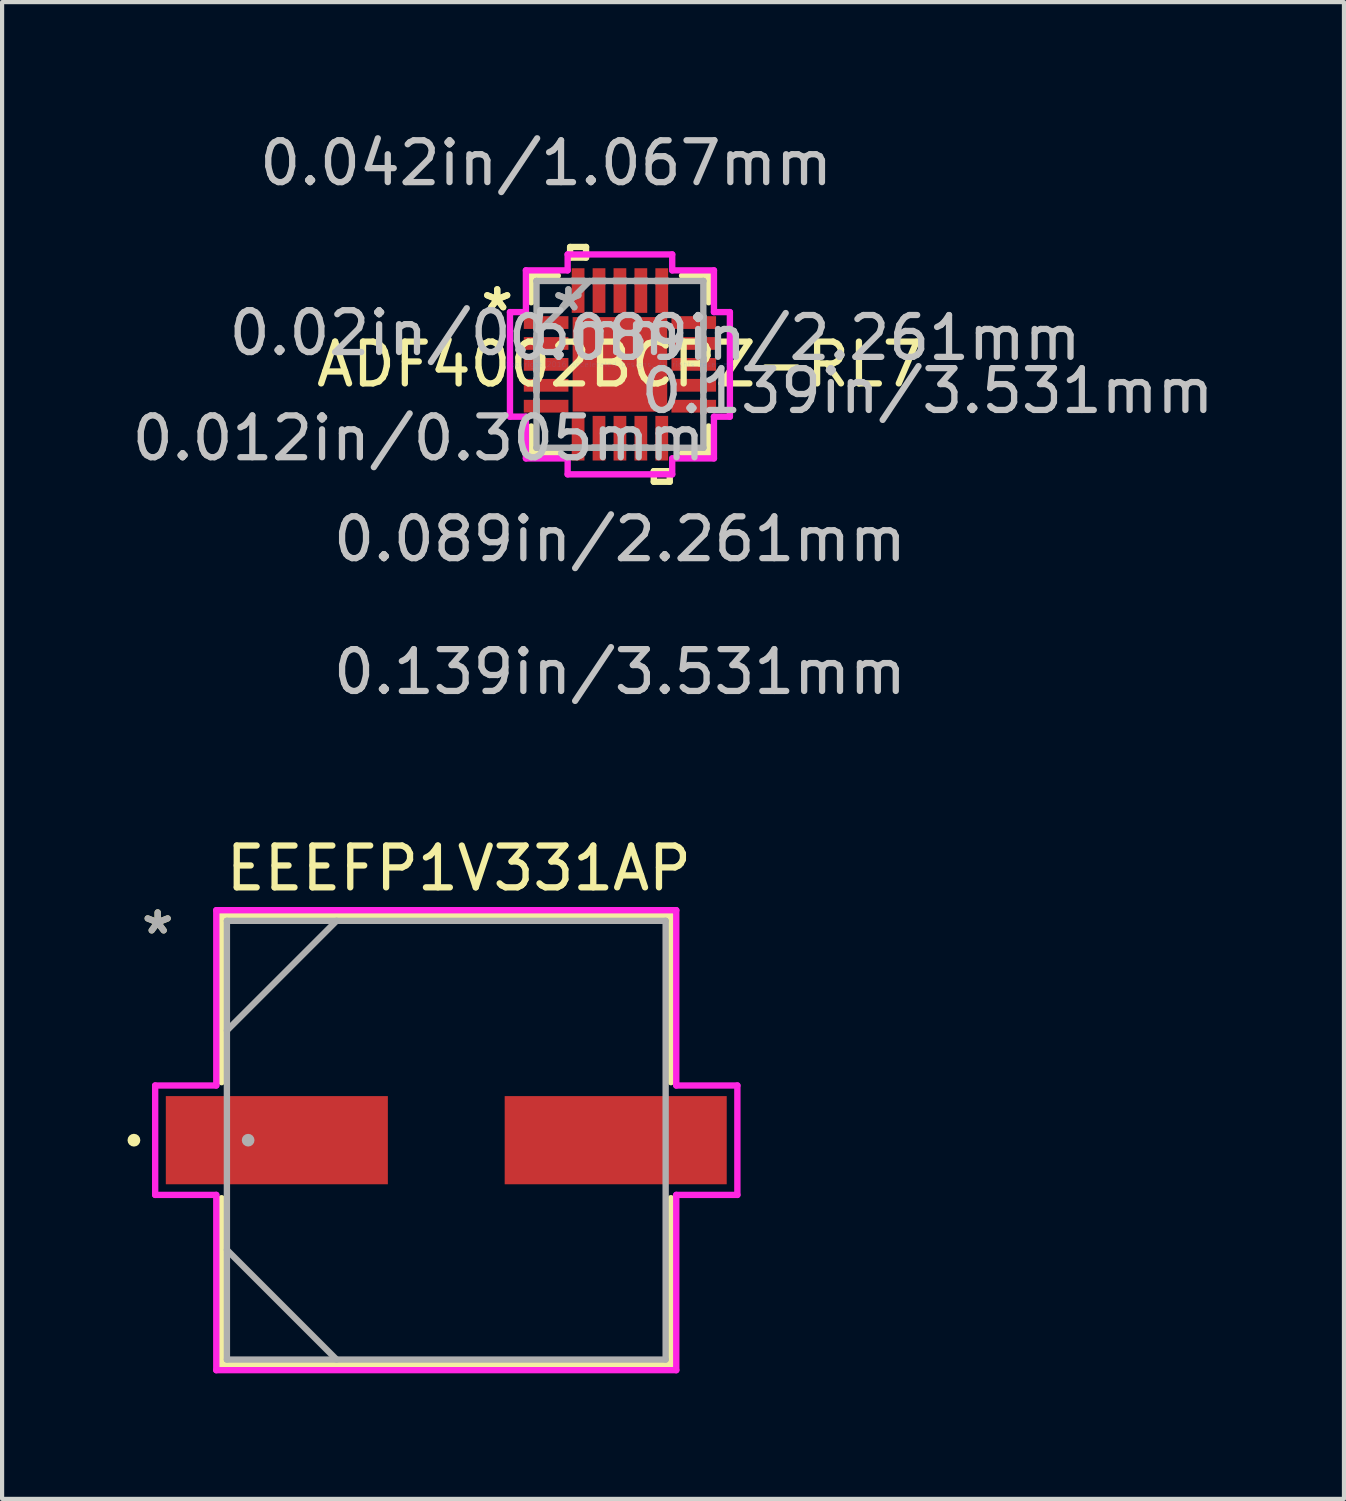
<source format=kicad_pcb>
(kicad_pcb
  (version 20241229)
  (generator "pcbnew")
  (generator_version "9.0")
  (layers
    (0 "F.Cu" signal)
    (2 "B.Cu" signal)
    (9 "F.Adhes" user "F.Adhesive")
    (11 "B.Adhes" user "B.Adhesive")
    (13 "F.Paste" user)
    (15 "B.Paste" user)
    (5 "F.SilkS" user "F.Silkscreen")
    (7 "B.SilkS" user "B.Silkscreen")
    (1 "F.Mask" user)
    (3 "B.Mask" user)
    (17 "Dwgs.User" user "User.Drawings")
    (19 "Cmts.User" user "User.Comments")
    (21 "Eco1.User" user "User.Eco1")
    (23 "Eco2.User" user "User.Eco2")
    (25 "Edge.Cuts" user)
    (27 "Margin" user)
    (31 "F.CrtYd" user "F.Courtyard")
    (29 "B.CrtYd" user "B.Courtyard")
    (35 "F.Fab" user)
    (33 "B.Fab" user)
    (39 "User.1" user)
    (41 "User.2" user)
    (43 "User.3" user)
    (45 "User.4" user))
  (footprint "EEEFP1V331AP"
    (layer "F.Cu")
    (at 7.62 24.211)
    (property "Reference" "EEEFP1V331AP" (at 0.3 -6.5 0) (layer "F.SilkS") (effects (font (size 1 1) (thickness 0.15))))
    (attr through_hole)
    (fp_line (start -5.372 -5.372) (end -5.372 -1.387) (stroke (width 0.152) (type solid)) (layer "F.SilkS"))
    (fp_line (start -5.372 1.387) (end -5.372 5.372) (stroke (width 0.152) (type solid)) (layer "F.SilkS"))
    (fp_line (start -5.372 5.372) (end 5.372 5.372) (stroke (width 0.152) (type solid)) (layer "F.SilkS"))
    (fp_line (start 5.372 -5.372) (end -5.372 -5.372) (stroke (width 0.152) (type solid)) (layer "F.SilkS"))
    (fp_line (start 5.372 -1.387) (end 5.372 -5.372) (stroke (width 0.152) (type solid)) (layer "F.SilkS"))
    (fp_line (start 5.372 5.372) (end 5.372 1.387) (stroke (width 0.152) (type solid)) (layer "F.SilkS"))
    (fp_circle (center -7.468 0) (end -7.391 0) (stroke (width 0.152) (type solid)) (fill no) (layer "F.SilkS"))
    (fp_line (start -6.96 -1.308) (end -5.499 -1.308) (stroke (width 0.152) (type solid)) (layer "F.CrtYd"))
    (fp_line (start -6.96 1.308) (end -6.96 -1.308) (stroke (width 0.152) (type solid)) (layer "F.CrtYd"))
    (fp_line (start -5.499 -5.499) (end 5.499 -5.499) (stroke (width 0.152) (type solid)) (layer "F.CrtYd"))
    (fp_line (start -5.499 -1.308) (end -5.499 -5.499) (stroke (width 0.152) (type solid)) (layer "F.CrtYd"))
    (fp_line (start -5.499 1.308) (end -6.96 1.308) (stroke (width 0.152) (type solid)) (layer "F.CrtYd"))
    (fp_line (start -5.499 5.499) (end -5.499 1.308) (stroke (width 0.152) (type solid)) (layer "F.CrtYd"))
    (fp_line (start 5.499 -5.499) (end 5.499 -1.308) (stroke (width 0.152) (type solid)) (layer "F.CrtYd"))
    (fp_line (start 5.499 -1.308) (end 6.96 -1.308) (stroke (width 0.152) (type solid)) (layer "F.CrtYd"))
    (fp_line (start 5.499 1.308) (end 5.499 5.499) (stroke (width 0.152) (type solid)) (layer "F.CrtYd"))
    (fp_line (start 5.499 5.499) (end -5.499 5.499) (stroke (width 0.152) (type solid)) (layer "F.CrtYd"))
    (fp_line (start 6.96 -1.308) (end 6.96 1.308) (stroke (width 0.152) (type solid)) (layer "F.CrtYd"))
    (fp_line (start 6.96 1.308) (end 5.499 1.308) (stroke (width 0.152) (type solid)) (layer "F.CrtYd"))
    (fp_line (start -5.245 -5.245) (end -5.245 5.245) (stroke (width 0.152) (type solid)) (layer "F.Fab"))
    (fp_line (start -5.245 -2.623) (end -2.623 -5.245) (stroke (width 0.152) (type solid)) (layer "F.Fab"))
    (fp_line (start -5.245 2.623) (end -2.623 5.245) (stroke (width 0.152) (type solid)) (layer "F.Fab"))
    (fp_line (start -5.245 5.245) (end 5.245 5.245) (stroke (width 0.152) (type solid)) (layer "F.Fab"))
    (fp_line (start 5.245 -5.245) (end -5.245 -5.245) (stroke (width 0.152) (type solid)) (layer "F.Fab"))
    (fp_line (start 5.245 5.245) (end 5.245 -5.245) (stroke (width 0.152) (type solid)) (layer "F.Fab"))
    (fp_circle (center -4.737 0) (end -4.661 0) (stroke (width 0.152) (type solid)) (fill no) (layer "F.Fab"))
    (fp_text user "*" (at -6.9 -4.9 0) (layer "F.SilkS") (effects (font (size 1 1) (thickness 0.15))))
    (fp_text user "*" (at -6.9 -4.9 0) (layer "F.Fab") (effects (font (size 1 1) (thickness 0.15))))
    (pad "1" smd rect (at -4.051 0) (size 5.309 2.108) (layers "F.Cu" "F.Mask" "F.Paste"))
    (pad "2" smd rect (at 4.051 0) (size 5.309 2.108) (layers "F.Cu" "F.Mask" "F.Paste")))
  (footprint "ADF4002BCPZ-RL7"
    (layer "F.Cu")
    (at 11.772 5.662)
    (property "Reference" "ADF4002BCPZ-RL7" (at 0 0 0) (layer "F.SilkS") (effects (font (size 1 1) (thickness 0.15))))
    (attr through_hole)
    (fp_line (start -2.121 -2.121) (end -2.121 -1.485) (stroke (width 0.152) (type solid)) (layer "F.SilkS"))
    (fp_line (start -2.121 1.485) (end -2.121 2.121) (stroke (width 0.152) (type solid)) (layer "F.SilkS"))
    (fp_line (start -2.121 2.121) (end -1.485 2.121) (stroke (width 0.152) (type solid)) (layer "F.SilkS"))
    (fp_line (start -1.485 -2.121) (end -2.121 -2.121) (stroke (width 0.152) (type solid)) (layer "F.SilkS"))
    (fp_line (start -1.191 -2.807) (end -0.81 -2.807) (stroke (width 0.152) (type solid)) (layer "F.SilkS"))
    (fp_line (start -1.191 -2.553) (end -1.191 -2.807) (stroke (width 0.152) (type solid)) (layer "F.SilkS"))
    (fp_line (start -0.81 -2.807) (end -0.81 -2.553) (stroke (width 0.152) (type solid)) (layer "F.SilkS"))
    (fp_line (start -0.81 -2.553) (end -1.191 -2.553) (stroke (width 0.152) (type solid)) (layer "F.SilkS"))
    (fp_line (start 0.81 2.553) (end 0.81 2.807) (stroke (width 0.152) (type solid)) (layer "F.SilkS"))
    (fp_line (start 0.81 2.807) (end 1.191 2.807) (stroke (width 0.152) (type solid)) (layer "F.SilkS"))
    (fp_line (start 1.191 2.553) (end 0.81 2.553) (stroke (width 0.152) (type solid)) (layer "F.SilkS"))
    (fp_line (start 1.191 2.807) (end 1.191 2.553) (stroke (width 0.152) (type solid)) (layer "F.SilkS"))
    (fp_line (start 1.485 2.121) (end 2.121 2.121) (stroke (width 0.152) (type solid)) (layer "F.SilkS"))
    (fp_line (start 2.121 -2.121) (end 1.485 -2.121) (stroke (width 0.152) (type solid)) (layer "F.SilkS"))
    (fp_line (start 2.121 -1.485) (end 2.121 -2.121) (stroke (width 0.152) (type solid)) (layer "F.SilkS"))
    (fp_line (start 2.121 2.121) (end 2.121 1.485) (stroke (width 0.152) (type solid)) (layer "F.SilkS"))
    (fp_line (start -1.13 -1.13) (end -1.13 1.13) (stroke (width 0.152) (type solid)) (layer "F.Paste"))
    (fp_line (start -1.13 1.13) (end 1.13 1.13) (stroke (width 0.152) (type solid)) (layer "F.Paste"))
    (fp_line (start 1.13 -1.13) (end -1.13 -1.13) (stroke (width 0.152) (type solid)) (layer "F.Paste"))
    (fp_line (start 1.13 1.13) (end 1.13 -1.13) (stroke (width 0.152) (type solid)) (layer "F.Paste"))
    (fp_line (start -2.629 -1.25) (end -2.248 -1.25) (stroke (width 0.152) (type solid)) (layer "F.CrtYd"))
    (fp_line (start -2.629 1.25) (end -2.629 -1.25) (stroke (width 0.152) (type solid)) (layer "F.CrtYd"))
    (fp_line (start -2.248 -2.248) (end -1.25 -2.248) (stroke (width 0.152) (type solid)) (layer "F.CrtYd"))
    (fp_line (start -2.248 -1.25) (end -2.248 -2.248) (stroke (width 0.152) (type solid)) (layer "F.CrtYd"))
    (fp_line (start -2.248 1.25) (end -2.629 1.25) (stroke (width 0.152) (type solid)) (layer "F.CrtYd"))
    (fp_line (start -2.248 2.248) (end -2.248 1.25) (stroke (width 0.152) (type solid)) (layer "F.CrtYd"))
    (fp_line (start -1.25 -2.629) (end 1.25 -2.629) (stroke (width 0.152) (type solid)) (layer "F.CrtYd"))
    (fp_line (start -1.25 -2.248) (end -1.25 -2.629) (stroke (width 0.152) (type solid)) (layer "F.CrtYd"))
    (fp_line (start -1.25 2.248) (end -2.248 2.248) (stroke (width 0.152) (type solid)) (layer "F.CrtYd"))
    (fp_line (start -1.25 2.629) (end -1.25 2.248) (stroke (width 0.152) (type solid)) (layer "F.CrtYd"))
    (fp_line (start 1.25 -2.629) (end 1.25 -2.248) (stroke (width 0.152) (type solid)) (layer "F.CrtYd"))
    (fp_line (start 1.25 -2.248) (end 2.248 -2.248) (stroke (width 0.152) (type solid)) (layer "F.CrtYd"))
    (fp_line (start 1.25 2.248) (end 1.25 2.629) (stroke (width 0.152) (type solid)) (layer "F.CrtYd"))
    (fp_line (start 1.25 2.629) (end -1.25 2.629) (stroke (width 0.152) (type solid)) (layer "F.CrtYd"))
    (fp_line (start 2.248 -2.248) (end 2.248 -1.25) (stroke (width 0.152) (type solid)) (layer "F.CrtYd"))
    (fp_line (start 2.248 -1.25) (end 2.629 -1.25) (stroke (width 0.152) (type solid)) (layer "F.CrtYd"))
    (fp_line (start 2.248 1.25) (end 2.248 2.248) (stroke (width 0.152) (type solid)) (layer "F.CrtYd"))
    (fp_line (start 2.248 2.248) (end 1.25 2.248) (stroke (width 0.152) (type solid)) (layer "F.CrtYd"))
    (fp_line (start 2.629 -1.25) (end 2.629 1.25) (stroke (width 0.152) (type solid)) (layer "F.CrtYd"))
    (fp_line (start 2.629 1.25) (end 2.248 1.25) (stroke (width 0.152) (type solid)) (layer "F.CrtYd"))
    (fp_line (start -1.994 -1.994) (end -1.994 -1.994) (stroke (width 0.152) (type solid)) (layer "F.Fab"))
    (fp_line (start -1.994 -1.994) (end -1.994 1.994) (stroke (width 0.152) (type solid)) (layer "F.Fab"))
    (fp_line (start -1.994 -1.152) (end -1.994 -1.152) (stroke (width 0.152) (type solid)) (layer "F.Fab"))
    (fp_line (start -1.994 -1.152) (end -1.994 -0.848) (stroke (width 0.152) (type solid)) (layer "F.Fab"))
    (fp_line (start -1.994 -0.848) (end -1.994 -1.152) (stroke (width 0.152) (type solid)) (layer "F.Fab"))
    (fp_line (start -1.994 -0.848) (end -1.994 -0.848) (stroke (width 0.152) (type solid)) (layer "F.Fab"))
    (fp_line (start -1.994 -0.724) (end -0.724 -1.994) (stroke (width 0.152) (type solid)) (layer "F.Fab"))
    (fp_line (start -1.994 -0.652) (end -1.994 -0.652) (stroke (width 0.152) (type solid)) (layer "F.Fab"))
    (fp_line (start -1.994 -0.652) (end -1.994 -0.348) (stroke (width 0.152) (type solid)) (layer "F.Fab"))
    (fp_line (start -1.994 -0.348) (end -1.994 -0.652) (stroke (width 0.152) (type solid)) (layer "F.Fab"))
    (fp_line (start -1.994 -0.348) (end -1.994 -0.348) (stroke (width 0.152) (type solid)) (layer "F.Fab"))
    (fp_line (start -1.994 -0.152) (end -1.994 -0.152) (stroke (width 0.152) (type solid)) (layer "F.Fab"))
    (fp_line (start -1.994 -0.152) (end -1.994 0.152) (stroke (width 0.152) (type solid)) (layer "F.Fab"))
    (fp_line (start -1.994 0.152) (end -1.994 -0.152) (stroke (width 0.152) (type solid)) (layer "F.Fab"))
    (fp_line (start -1.994 0.152) (end -1.994 0.152) (stroke (width 0.152) (type solid)) (layer "F.Fab"))
    (fp_line (start -1.994 0.348) (end -1.994 0.348) (stroke (width 0.152) (type solid)) (layer "F.Fab"))
    (fp_line (start -1.994 0.348) (end -1.994 0.652) (stroke (width 0.152) (type solid)) (layer "F.Fab"))
    (fp_line (start -1.994 0.652) (end -1.994 0.348) (stroke (width 0.152) (type solid)) (layer "F.Fab"))
    (fp_line (start -1.994 0.652) (end -1.994 0.652) (stroke (width 0.152) (type solid)) (layer "F.Fab"))
    (fp_line (start -1.994 0.848) (end -1.994 0.848) (stroke (width 0.152) (type solid)) (layer "F.Fab"))
    (fp_line (start -1.994 0.848) (end -1.994 1.152) (stroke (width 0.152) (type solid)) (layer "F.Fab"))
    (fp_line (start -1.994 1.152) (end -1.994 0.848) (stroke (width 0.152) (type solid)) (layer "F.Fab"))
    (fp_line (start -1.994 1.152) (end -1.994 1.152) (stroke (width 0.152) (type solid)) (layer "F.Fab"))
    (fp_line (start -1.994 1.994) (end -1.994 1.994) (stroke (width 0.152) (type solid)) (layer "F.Fab"))
    (fp_line (start -1.994 1.994) (end 1.994 1.994) (stroke (width 0.152) (type solid)) (layer "F.Fab"))
    (fp_line (start -1.152 -1.994) (end -1.152 -1.994) (stroke (width 0.152) (type solid)) (layer "F.Fab"))
    (fp_line (start -1.152 -1.994) (end -0.848 -1.994) (stroke (width 0.152) (type solid)) (layer "F.Fab"))
    (fp_line (start -1.152 1.994) (end -1.152 1.994) (stroke (width 0.152) (type solid)) (layer "F.Fab"))
    (fp_line (start -1.152 1.994) (end -0.848 1.994) (stroke (width 0.152) (type solid)) (layer "F.Fab"))
    (fp_line (start -0.848 -1.994) (end -1.152 -1.994) (stroke (width 0.152) (type solid)) (layer "F.Fab"))
    (fp_line (start -0.848 -1.994) (end -0.848 -1.994) (stroke (width 0.152) (type solid)) (layer "F.Fab"))
    (fp_line (start -0.848 1.994) (end -1.152 1.994) (stroke (width 0.152) (type solid)) (layer "F.Fab"))
    (fp_line (start -0.848 1.994) (end -0.848 1.994) (stroke (width 0.152) (type solid)) (layer "F.Fab"))
    (fp_line (start -0.652 -1.994) (end -0.652 -1.994) (stroke (width 0.152) (type solid)) (layer "F.Fab"))
    (fp_line (start -0.652 -1.994) (end -0.348 -1.994) (stroke (width 0.152) (type solid)) (layer "F.Fab"))
    (fp_line (start -0.652 1.994) (end -0.652 1.994) (stroke (width 0.152) (type solid)) (layer "F.Fab"))
    (fp_line (start -0.652 1.994) (end -0.348 1.994) (stroke (width 0.152) (type solid)) (layer "F.Fab"))
    (fp_line (start -0.348 -1.994) (end -0.652 -1.994) (stroke (width 0.152) (type solid)) (layer "F.Fab"))
    (fp_line (start -0.348 -1.994) (end -0.348 -1.994) (stroke (width 0.152) (type solid)) (layer "F.Fab"))
    (fp_line (start -0.348 1.994) (end -0.652 1.994) (stroke (width 0.152) (type solid)) (layer "F.Fab"))
    (fp_line (start -0.348 1.994) (end -0.348 1.994) (stroke (width 0.152) (type solid)) (layer "F.Fab"))
    (fp_line (start -0.152 -1.994) (end -0.152 -1.994) (stroke (width 0.152) (type solid)) (layer "F.Fab"))
    (fp_line (start -0.152 -1.994) (end 0.152 -1.994) (stroke (width 0.152) (type solid)) (layer "F.Fab"))
    (fp_line (start -0.152 1.994) (end -0.152 1.994) (stroke (width 0.152) (type solid)) (layer "F.Fab"))
    (fp_line (start -0.152 1.994) (end 0.152 1.994) (stroke (width 0.152) (type solid)) (layer "F.Fab"))
    (fp_line (start 0.152 -1.994) (end -0.152 -1.994) (stroke (width 0.152) (type solid)) (layer "F.Fab"))
    (fp_line (start 0.152 -1.994) (end 0.152 -1.994) (stroke (width 0.152) (type solid)) (layer "F.Fab"))
    (fp_line (start 0.152 1.994) (end -0.152 1.994) (stroke (width 0.152) (type solid)) (layer "F.Fab"))
    (fp_line (start 0.152 1.994) (end 0.152 1.994) (stroke (width 0.152) (type solid)) (layer "F.Fab"))
    (fp_line (start 0.348 -1.994) (end 0.348 -1.994) (stroke (width 0.152) (type solid)) (layer "F.Fab"))
    (fp_line (start 0.348 -1.994) (end 0.652 -1.994) (stroke (width 0.152) (type solid)) (layer "F.Fab"))
    (fp_line (start 0.348 1.994) (end 0.348 1.994) (stroke (width 0.152) (type solid)) (layer "F.Fab"))
    (fp_line (start 0.348 1.994) (end 0.652 1.994) (stroke (width 0.152) (type solid)) (layer "F.Fab"))
    (fp_line (start 0.652 -1.994) (end 0.348 -1.994) (stroke (width 0.152) (type solid)) (layer "F.Fab"))
    (fp_line (start 0.652 -1.994) (end 0.652 -1.994) (stroke (width 0.152) (type solid)) (layer "F.Fab"))
    (fp_line (start 0.652 1.994) (end 0.348 1.994) (stroke (width 0.152) (type solid)) (layer "F.Fab"))
    (fp_line (start 0.652 1.994) (end 0.652 1.994) (stroke (width 0.152) (type solid)) (layer "F.Fab"))
    (fp_line (start 0.848 -1.994) (end 0.848 -1.994) (stroke (width 0.152) (type solid)) (layer "F.Fab"))
    (fp_line (start 0.848 -1.994) (end 1.152 -1.994) (stroke (width 0.152) (type solid)) (layer "F.Fab"))
    (fp_line (start 0.848 1.994) (end 0.848 1.994) (stroke (width 0.152) (type solid)) (layer "F.Fab"))
    (fp_line (start 0.848 1.994) (end 1.152 1.994) (stroke (width 0.152) (type solid)) (layer "F.Fab"))
    (fp_line (start 1.152 -1.994) (end 0.848 -1.994) (stroke (width 0.152) (type solid)) (layer "F.Fab"))
    (fp_line (start 1.152 -1.994) (end 1.152 -1.994) (stroke (width 0.152) (type solid)) (layer "F.Fab"))
    (fp_line (start 1.152 1.994) (end 0.848 1.994) (stroke (width 0.152) (type solid)) (layer "F.Fab"))
    (fp_line (start 1.152 1.994) (end 1.152 1.994) (stroke (width 0.152) (type solid)) (layer "F.Fab"))
    (fp_line (start 1.994 -1.994) (end -1.994 -1.994) (stroke (width 0.152) (type solid)) (layer "F.Fab"))
    (fp_line (start 1.994 -1.994) (end 1.994 -1.994) (stroke (width 0.152) (type solid)) (layer "F.Fab"))
    (fp_line (start 1.994 -1.152) (end 1.994 -1.152) (stroke (width 0.152) (type solid)) (layer "F.Fab"))
    (fp_line (start 1.994 -1.152) (end 1.994 -0.848) (stroke (width 0.152) (type solid)) (layer "F.Fab"))
    (fp_line (start 1.994 -0.848) (end 1.994 -1.152) (stroke (width 0.152) (type solid)) (layer "F.Fab"))
    (fp_line (start 1.994 -0.848) (end 1.994 -0.848) (stroke (width 0.152) (type solid)) (layer "F.Fab"))
    (fp_line (start 1.994 -0.652) (end 1.994 -0.652) (stroke (width 0.152) (type solid)) (layer "F.Fab"))
    (fp_line (start 1.994 -0.652) (end 1.994 -0.348) (stroke (width 0.152) (type solid)) (layer "F.Fab"))
    (fp_line (start 1.994 -0.348) (end 1.994 -0.652) (stroke (width 0.152) (type solid)) (layer "F.Fab"))
    (fp_line (start 1.994 -0.348) (end 1.994 -0.348) (stroke (width 0.152) (type solid)) (layer "F.Fab"))
    (fp_line (start 1.994 -0.152) (end 1.994 -0.152) (stroke (width 0.152) (type solid)) (layer "F.Fab"))
    (fp_line (start 1.994 -0.152) (end 1.994 0.152) (stroke (width 0.152) (type solid)) (layer "F.Fab"))
    (fp_line (start 1.994 0.152) (end 1.994 -0.152) (stroke (width 0.152) (type solid)) (layer "F.Fab"))
    (fp_line (start 1.994 0.152) (end 1.994 0.152) (stroke (width 0.152) (type solid)) (layer "F.Fab"))
    (fp_line (start 1.994 0.348) (end 1.994 0.348) (stroke (width 0.152) (type solid)) (layer "F.Fab"))
    (fp_line (start 1.994 0.348) (end 1.994 0.652) (stroke (width 0.152) (type solid)) (layer "F.Fab"))
    (fp_line (start 1.994 0.652) (end 1.994 0.348) (stroke (width 0.152) (type solid)) (layer "F.Fab"))
    (fp_line (start 1.994 0.652) (end 1.994 0.652) (stroke (width 0.152) (type solid)) (layer "F.Fab"))
    (fp_line (start 1.994 0.848) (end 1.994 0.848) (stroke (width 0.152) (type solid)) (layer "F.Fab"))
    (fp_line (start 1.994 0.848) (end 1.994 1.152) (stroke (width 0.152) (type solid)) (layer "F.Fab"))
    (fp_line (start 1.994 1.152) (end 1.994 0.848) (stroke (width 0.152) (type solid)) (layer "F.Fab"))
    (fp_line (start 1.994 1.152) (end 1.994 1.152) (stroke (width 0.152) (type solid)) (layer "F.Fab"))
    (fp_line (start 1.994 1.994) (end 1.994 -1.994) (stroke (width 0.152) (type solid)) (layer "F.Fab"))
    (fp_line (start 1.994 1.994) (end 1.994 1.994) (stroke (width 0.152) (type solid)) (layer "F.Fab"))
    (fp_text user "*" (at -2.934 -1.25 0) (layer "F.SilkS") (effects (font (size 1 1) (thickness 0.15))))
    (fp_text user "*" (at -2.934 -1.25 0) (layer "F.SilkS") (effects (font (size 1 1) (thickness 0.15))))
    (fp_text user "0.089in/2.261mm" (at 4.178 -0.635 0) (layer "Dwgs.User") (effects (font (size 1 1) (thickness 0.15))))
    (fp_text user "0.089in/2.261mm" (at 0 4.178 0) (layer "Dwgs.User") (effects (font (size 1 1) (thickness 0.15))))
    (fp_text user "0.139in/3.531mm" (at 7.353 0.635 0) (layer "Dwgs.User") (effects (font (size 1 1) (thickness 0.15))))
    (fp_text user "0.012in/0.305mm" (at -4.813 1.765 0) (layer "Dwgs.User") (effects (font (size 1 1) (thickness 0.15))))
    (fp_text user "0.042in/1.067mm" (at -1.765 -4.813 0) (layer "Dwgs.User") (effects (font (size 1 1) (thickness 0.15))))
    (fp_text user "0.02in/0.5mm" (at -3.924 -0.75 0) (layer "Dwgs.User") (effects (font (size 1 1) (thickness 0.15))))
    (fp_text user "0.139in/3.531mm" (at 0 7.353 0) (layer "Dwgs.User") (effects (font (size 1 1) (thickness 0.15))))
    (fp_text user "Copyright 2016 Accelerated Designs. All rights reserved." (at 0 0 0) (layer "Cmts.User") (effects (font (size 0.127 0.127) (thickness 0.002))))
    (fp_text user "*" (at -1.232 -1.25 0) (layer "F.Fab") (effects (font (size 1 1) (thickness 0.15))))
    (fp_text user "*" (at -1.232 -1.25 0) (layer "F.Fab") (effects (font (size 1 1) (thickness 0.15))))
    (pad "1" smd rect (at -1.765 -1 90) (size 0.305 1.067) (layers "F.Cu" "F.Mask" "F.Paste"))
    (pad "2" smd rect (at -1.765 -0.5 90) (size 0.305 1.067) (layers "F.Cu" "F.Mask" "F.Paste"))
    (pad "3" smd rect (at -1.765 0 90) (size 0.305 1.067) (layers "F.Cu" "F.Mask" "F.Paste"))
    (pad "4" smd rect (at -1.765 0.5 90) (size 0.305 1.067) (layers "F.Cu" "F.Mask" "F.Paste"))
    (pad "5" smd rect (at -1.765 1 90) (size 0.305 1.067) (layers "F.Cu" "F.Mask" "F.Paste"))
    (pad "6" smd rect (at -1 1.765) (size 0.305 1.067) (layers "F.Cu" "F.Mask" "F.Paste"))
    (pad "7" smd rect (at -0.5 1.765) (size 0.305 1.067) (layers "F.Cu" "F.Mask" "F.Paste"))
    (pad "8" smd rect (at 0 1.765) (size 0.305 1.067) (layers "F.Cu" "F.Mask" "F.Paste"))
    (pad "9" smd rect (at 0.5 1.765) (size 0.305 1.067) (layers "F.Cu" "F.Mask" "F.Paste"))
    (pad "10" smd rect (at 1 1.765) (size 0.305 1.067) (layers "F.Cu" "F.Mask" "F.Paste"))
    (pad "11" smd rect (at 1.765 1 90) (size 0.305 1.067) (layers "F.Cu" "F.Mask" "F.Paste"))
    (pad "12" smd rect (at 1.765 0.5 90) (size 0.305 1.067) (layers "F.Cu" "F.Mask" "F.Paste"))
    (pad "13" smd rect (at 1.765 0 90) (size 0.305 1.067) (layers "F.Cu" "F.Mask" "F.Paste"))
    (pad "14" smd rect (at 1.765 -0.5 90) (size 0.305 1.067) (layers "F.Cu" "F.Mask" "F.Paste"))
    (pad "15" smd rect (at 1.765 -1 90) (size 0.305 1.067) (layers "F.Cu" "F.Mask" "F.Paste"))
    (pad "16" smd rect (at 1 -1.765) (size 0.305 1.067) (layers "F.Cu" "F.Mask" "F.Paste"))
    (pad "17" smd rect (at 0.5 -1.765) (size 0.305 1.067) (layers "F.Cu" "F.Mask" "F.Paste"))
    (pad "18" smd rect (at 0 -1.765) (size 0.305 1.067) (layers "F.Cu" "F.Mask" "F.Paste"))
    (pad "19" smd rect (at -0.5 -1.765) (size 0.305 1.067) (layers "F.Cu" "F.Mask" "F.Paste"))
    (pad "20" smd rect (at -1 -1.765) (size 0.305 1.067) (layers "F.Cu" "F.Mask" "F.Paste"))
    (pad "21" smd rect (at 0 0) (size 2.261 2.261) (layers "F.Cu" "F.Mask" "F.Paste")))
  (gr_rect
    (start -3 -3)
    (end 29.083 32.787)
    (stroke (width 0.1) (type default))
    (fill no)
    (layer "Edge.Cuts")))
</source>
